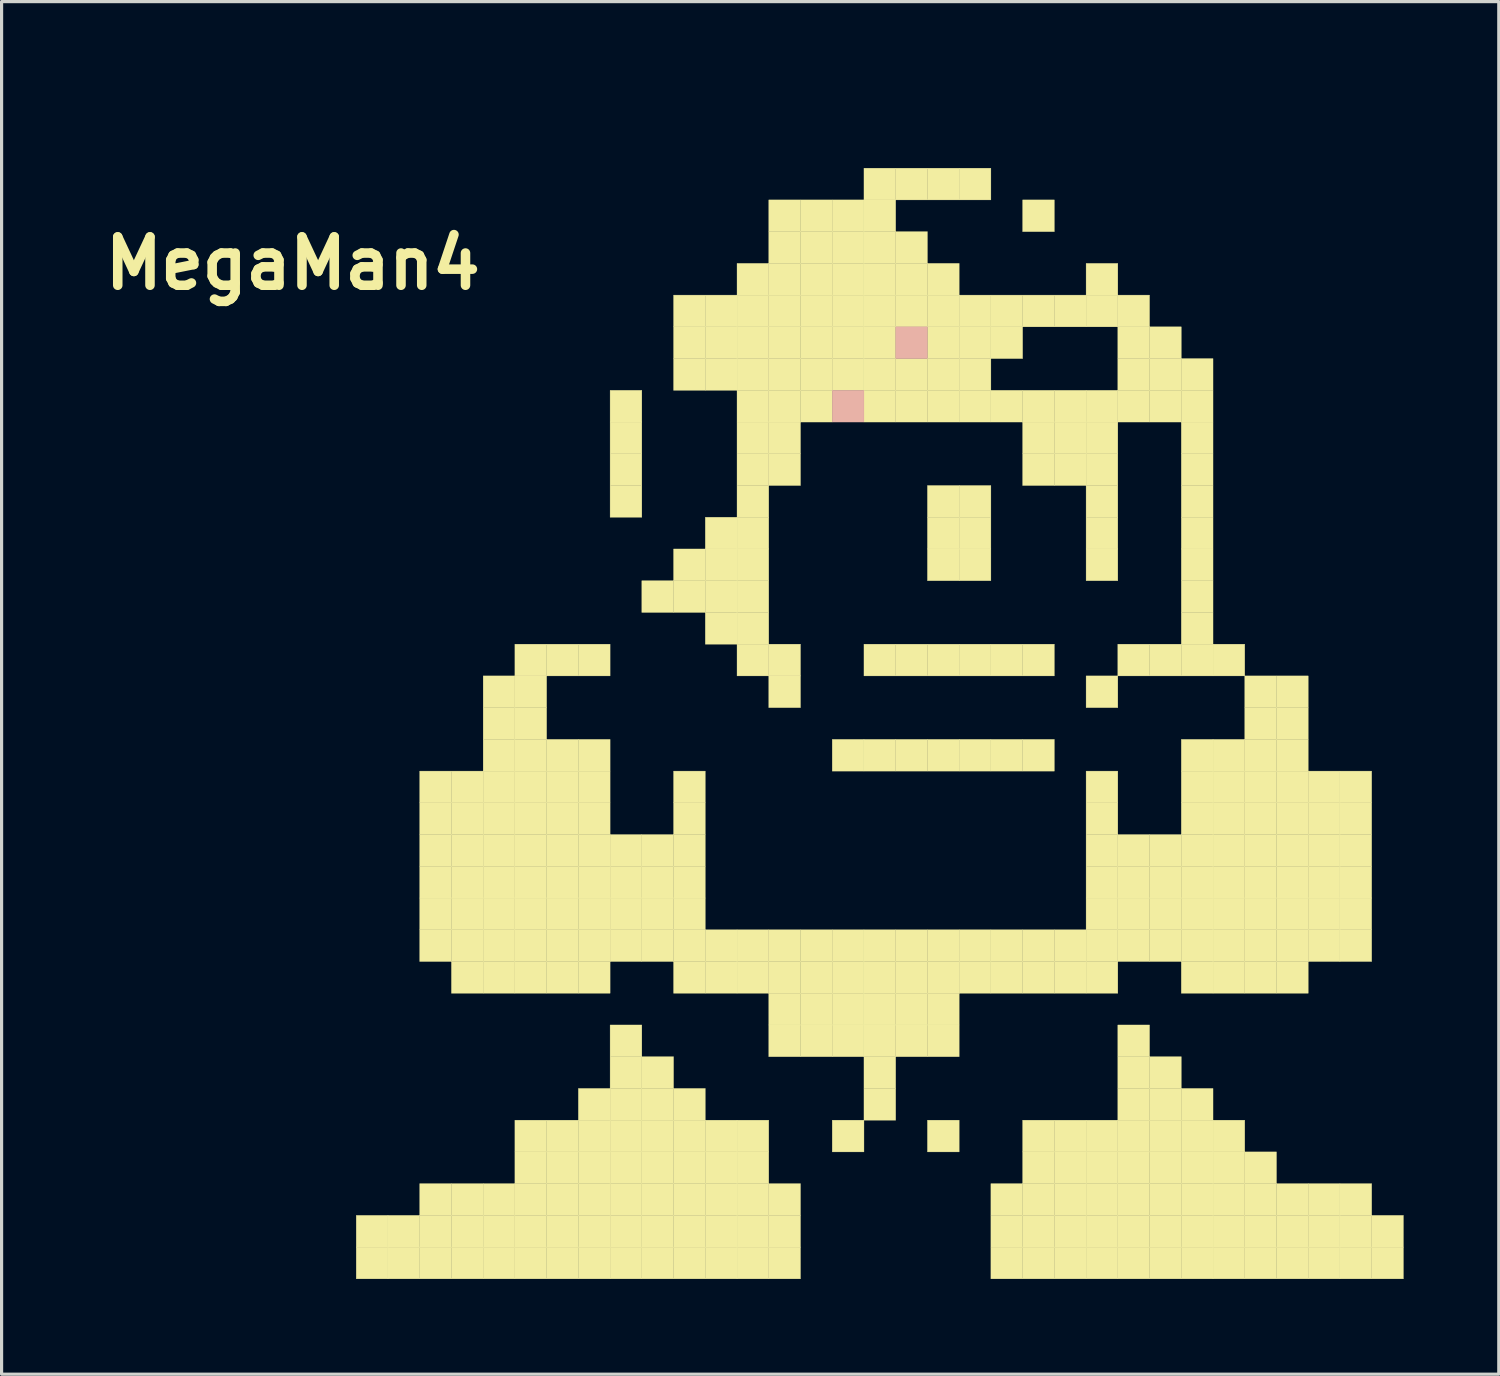
<source format=kicad_pcb>
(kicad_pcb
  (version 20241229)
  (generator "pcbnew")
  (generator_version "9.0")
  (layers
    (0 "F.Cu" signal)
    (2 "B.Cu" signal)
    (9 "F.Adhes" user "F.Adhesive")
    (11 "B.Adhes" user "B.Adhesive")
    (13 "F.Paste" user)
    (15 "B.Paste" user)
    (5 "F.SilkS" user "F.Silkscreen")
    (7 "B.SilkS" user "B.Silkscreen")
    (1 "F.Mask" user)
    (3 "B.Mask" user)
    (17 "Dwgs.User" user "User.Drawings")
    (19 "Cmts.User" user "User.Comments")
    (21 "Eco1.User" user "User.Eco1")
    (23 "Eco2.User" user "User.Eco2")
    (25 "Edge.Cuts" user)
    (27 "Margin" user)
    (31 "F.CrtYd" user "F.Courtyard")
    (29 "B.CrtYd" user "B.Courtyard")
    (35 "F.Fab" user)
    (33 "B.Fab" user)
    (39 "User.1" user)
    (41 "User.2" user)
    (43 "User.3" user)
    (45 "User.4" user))
  (footprint "MegaMan4"
    (layer "F.Cu")
    (at 6.176 0.25)
    (property "Reference" "MegaMan4" (at 0 5 0) (layer "F.SilkS") (effects (font (size 1.524 1.524) (thickness 0.3))))
    (fp_poly (pts (xy 2 35) (xy 3 35) (xy 3 36) (xy 2 36) (xy 2 35)) (stroke (width 0.01) (type solid)) (fill yes) (layer "F.SilkS"))
    (fp_poly (pts (xy 2 36) (xy 3 36) (xy 3 37) (xy 2 37) (xy 2 36)) (stroke (width 0.01) (type solid)) (fill yes) (layer "F.SilkS"))
    (fp_poly (pts (xy 3 35) (xy 4 35) (xy 4 36) (xy 3 36) (xy 3 35)) (stroke (width 0.01) (type solid)) (fill yes) (layer "F.SilkS"))
    (fp_poly (pts (xy 3 36) (xy 4 36) (xy 4 37) (xy 3 37) (xy 3 36)) (stroke (width 0.01) (type solid)) (fill yes) (layer "F.SilkS"))
    (fp_poly (pts (xy 4 21) (xy 5 21) (xy 5 22) (xy 4 22) (xy 4 21)) (stroke (width 0.01) (type solid)) (fill yes) (layer "F.SilkS"))
    (fp_poly (pts (xy 4 22) (xy 5 22) (xy 5 23) (xy 4 23) (xy 4 22)) (stroke (width 0.01) (type solid)) (fill yes) (layer "F.SilkS"))
    (fp_poly (pts (xy 4 23) (xy 5 23) (xy 5 24) (xy 4 24) (xy 4 23)) (stroke (width 0.01) (type solid)) (fill yes) (layer "F.SilkS"))
    (fp_poly (pts (xy 4 24) (xy 5 24) (xy 5 25) (xy 4 25) (xy 4 24)) (stroke (width 0.01) (type solid)) (fill yes) (layer "F.SilkS"))
    (fp_poly (pts (xy 4 25) (xy 5 25) (xy 5 26) (xy 4 26) (xy 4 25)) (stroke (width 0.01) (type solid)) (fill yes) (layer "F.SilkS"))
    (fp_poly (pts (xy 4 26) (xy 5 26) (xy 5 27) (xy 4 27) (xy 4 26)) (stroke (width 0.01) (type solid)) (fill yes) (layer "F.SilkS"))
    (fp_poly (pts (xy 4 34) (xy 5 34) (xy 5 35) (xy 4 35) (xy 4 34)) (stroke (width 0.01) (type solid)) (fill yes) (layer "F.SilkS"))
    (fp_poly (pts (xy 4 35) (xy 5 35) (xy 5 36) (xy 4 36) (xy 4 35)) (stroke (width 0.01) (type solid)) (fill yes) (layer "F.SilkS"))
    (fp_poly (pts (xy 4 36) (xy 5 36) (xy 5 37) (xy 4 37) (xy 4 36)) (stroke (width 0.01) (type solid)) (fill yes) (layer "F.SilkS"))
    (fp_poly (pts (xy 5 21) (xy 6 21) (xy 6 22) (xy 5 22) (xy 5 21)) (stroke (width 0.01) (type solid)) (fill yes) (layer "F.SilkS"))
    (fp_poly (pts (xy 5 22) (xy 6 22) (xy 6 23) (xy 5 23) (xy 5 22)) (stroke (width 0.01) (type solid)) (fill yes) (layer "F.SilkS"))
    (fp_poly (pts (xy 5 23) (xy 6 23) (xy 6 24) (xy 5 24) (xy 5 23)) (stroke (width 0.01) (type solid)) (fill yes) (layer "F.SilkS"))
    (fp_poly (pts (xy 5 24) (xy 6 24) (xy 6 25) (xy 5 25) (xy 5 24)) (stroke (width 0.01) (type solid)) (fill yes) (layer "F.SilkS"))
    (fp_poly (pts (xy 5 25) (xy 6 25) (xy 6 26) (xy 5 26) (xy 5 25)) (stroke (width 0.01) (type solid)) (fill yes) (layer "F.SilkS"))
    (fp_poly (pts (xy 5 26) (xy 6 26) (xy 6 27) (xy 5 27) (xy 5 26)) (stroke (width 0.01) (type solid)) (fill yes) (layer "F.SilkS"))
    (fp_poly (pts (xy 5 27) (xy 6 27) (xy 6 28) (xy 5 28) (xy 5 27)) (stroke (width 0.01) (type solid)) (fill yes) (layer "F.SilkS"))
    (fp_poly (pts (xy 5 34) (xy 6 34) (xy 6 35) (xy 5 35) (xy 5 34)) (stroke (width 0.01) (type solid)) (fill yes) (layer "F.SilkS"))
    (fp_poly (pts (xy 5 35) (xy 6 35) (xy 6 36) (xy 5 36) (xy 5 35)) (stroke (width 0.01) (type solid)) (fill yes) (layer "F.SilkS"))
    (fp_poly (pts (xy 5 36) (xy 6 36) (xy 6 37) (xy 5 37) (xy 5 36)) (stroke (width 0.01) (type solid)) (fill yes) (layer "F.SilkS"))
    (fp_poly (pts (xy 6 18) (xy 7 18) (xy 7 19) (xy 6 19) (xy 6 18)) (stroke (width 0.01) (type solid)) (fill yes) (layer "F.SilkS"))
    (fp_poly (pts (xy 6 19) (xy 7 19) (xy 7 20) (xy 6 20) (xy 6 19)) (stroke (width 0.01) (type solid)) (fill yes) (layer "F.SilkS"))
    (fp_poly (pts (xy 6 20) (xy 7 20) (xy 7 21) (xy 6 21) (xy 6 20)) (stroke (width 0.01) (type solid)) (fill yes) (layer "F.SilkS"))
    (fp_poly (pts (xy 6 21) (xy 7 21) (xy 7 22) (xy 6 22) (xy 6 21)) (stroke (width 0.01) (type solid)) (fill yes) (layer "F.SilkS"))
    (fp_poly (pts (xy 6 22) (xy 7 22) (xy 7 23) (xy 6 23) (xy 6 22)) (stroke (width 0.01) (type solid)) (fill yes) (layer "F.SilkS"))
    (fp_poly (pts (xy 6 23) (xy 7 23) (xy 7 24) (xy 6 24) (xy 6 23)) (stroke (width 0.01) (type solid)) (fill yes) (layer "F.SilkS"))
    (fp_poly (pts (xy 6 24) (xy 7 24) (xy 7 25) (xy 6 25) (xy 6 24)) (stroke (width 0.01) (type solid)) (fill yes) (layer "F.SilkS"))
    (fp_poly (pts (xy 6 25) (xy 7 25) (xy 7 26) (xy 6 26) (xy 6 25)) (stroke (width 0.01) (type solid)) (fill yes) (layer "F.SilkS"))
    (fp_poly (pts (xy 6 26) (xy 7 26) (xy 7 27) (xy 6 27) (xy 6 26)) (stroke (width 0.01) (type solid)) (fill yes) (layer "F.SilkS"))
    (fp_poly (pts (xy 6 27) (xy 7 27) (xy 7 28) (xy 6 28) (xy 6 27)) (stroke (width 0.01) (type solid)) (fill yes) (layer "F.SilkS"))
    (fp_poly (pts (xy 6 34) (xy 7 34) (xy 7 35) (xy 6 35) (xy 6 34)) (stroke (width 0.01) (type solid)) (fill yes) (layer "F.SilkS"))
    (fp_poly (pts (xy 6 35) (xy 7 35) (xy 7 36) (xy 6 36) (xy 6 35)) (stroke (width 0.01) (type solid)) (fill yes) (layer "F.SilkS"))
    (fp_poly (pts (xy 6 36) (xy 7 36) (xy 7 37) (xy 6 37) (xy 6 36)) (stroke (width 0.01) (type solid)) (fill yes) (layer "F.SilkS"))
    (fp_poly (pts (xy 7 17) (xy 8 17) (xy 8 18) (xy 7 18) (xy 7 17)) (stroke (width 0.01) (type solid)) (fill yes) (layer "F.SilkS"))
    (fp_poly (pts (xy 7 18) (xy 8 18) (xy 8 19) (xy 7 19) (xy 7 18)) (stroke (width 0.01) (type solid)) (fill yes) (layer "F.SilkS"))
    (fp_poly (pts (xy 7 19) (xy 8 19) (xy 8 20) (xy 7 20) (xy 7 19)) (stroke (width 0.01) (type solid)) (fill yes) (layer "F.SilkS"))
    (fp_poly (pts (xy 7 20) (xy 8 20) (xy 8 21) (xy 7 21) (xy 7 20)) (stroke (width 0.01) (type solid)) (fill yes) (layer "F.SilkS"))
    (fp_poly (pts (xy 7 21) (xy 8 21) (xy 8 22) (xy 7 22) (xy 7 21)) (stroke (width 0.01) (type solid)) (fill yes) (layer "F.SilkS"))
    (fp_poly (pts (xy 7 22) (xy 8 22) (xy 8 23) (xy 7 23) (xy 7 22)) (stroke (width 0.01) (type solid)) (fill yes) (layer "F.SilkS"))
    (fp_poly (pts (xy 7 23) (xy 8 23) (xy 8 24) (xy 7 24) (xy 7 23)) (stroke (width 0.01) (type solid)) (fill yes) (layer "F.SilkS"))
    (fp_poly (pts (xy 7 24) (xy 8 24) (xy 8 25) (xy 7 25) (xy 7 24)) (stroke (width 0.01) (type solid)) (fill yes) (layer "F.SilkS"))
    (fp_poly (pts (xy 7 25) (xy 8 25) (xy 8 26) (xy 7 26) (xy 7 25)) (stroke (width 0.01) (type solid)) (fill yes) (layer "F.SilkS"))
    (fp_poly (pts (xy 7 26) (xy 8 26) (xy 8 27) (xy 7 27) (xy 7 26)) (stroke (width 0.01) (type solid)) (fill yes) (layer "F.SilkS"))
    (fp_poly (pts (xy 7 27) (xy 8 27) (xy 8 28) (xy 7 28) (xy 7 27)) (stroke (width 0.01) (type solid)) (fill yes) (layer "F.SilkS"))
    (fp_poly (pts (xy 7 32) (xy 8 32) (xy 8 33) (xy 7 33) (xy 7 32)) (stroke (width 0.01) (type solid)) (fill yes) (layer "F.SilkS"))
    (fp_poly (pts (xy 7 33) (xy 8 33) (xy 8 34) (xy 7 34) (xy 7 33)) (stroke (width 0.01) (type solid)) (fill yes) (layer "F.SilkS"))
    (fp_poly (pts (xy 7 34) (xy 8 34) (xy 8 35) (xy 7 35) (xy 7 34)) (stroke (width 0.01) (type solid)) (fill yes) (layer "F.SilkS"))
    (fp_poly (pts (xy 7 35) (xy 8 35) (xy 8 36) (xy 7 36) (xy 7 35)) (stroke (width 0.01) (type solid)) (fill yes) (layer "F.SilkS"))
    (fp_poly (pts (xy 7 36) (xy 8 36) (xy 8 37) (xy 7 37) (xy 7 36)) (stroke (width 0.01) (type solid)) (fill yes) (layer "F.SilkS"))
    (fp_poly (pts (xy 8 17) (xy 9 17) (xy 9 18) (xy 8 18) (xy 8 17)) (stroke (width 0.01) (type solid)) (fill yes) (layer "F.SilkS"))
    (fp_poly (pts (xy 8 20) (xy 9 20) (xy 9 21) (xy 8 21) (xy 8 20)) (stroke (width 0.01) (type solid)) (fill yes) (layer "F.SilkS"))
    (fp_poly (pts (xy 8 21) (xy 9 21) (xy 9 22) (xy 8 22) (xy 8 21)) (stroke (width 0.01) (type solid)) (fill yes) (layer "F.SilkS"))
    (fp_poly (pts (xy 8 22) (xy 9 22) (xy 9 23) (xy 8 23) (xy 8 22)) (stroke (width 0.01) (type solid)) (fill yes) (layer "F.SilkS"))
    (fp_poly (pts (xy 8 23) (xy 9 23) (xy 9 24) (xy 8 24) (xy 8 23)) (stroke (width 0.01) (type solid)) (fill yes) (layer "F.SilkS"))
    (fp_poly (pts (xy 8 24) (xy 9 24) (xy 9 25) (xy 8 25) (xy 8 24)) (stroke (width 0.01) (type solid)) (fill yes) (layer "F.SilkS"))
    (fp_poly (pts (xy 8 25) (xy 9 25) (xy 9 26) (xy 8 26) (xy 8 25)) (stroke (width 0.01) (type solid)) (fill yes) (layer "F.SilkS"))
    (fp_poly (pts (xy 8 26) (xy 9 26) (xy 9 27) (xy 8 27) (xy 8 26)) (stroke (width 0.01) (type solid)) (fill yes) (layer "F.SilkS"))
    (fp_poly (pts (xy 8 27) (xy 9 27) (xy 9 28) (xy 8 28) (xy 8 27)) (stroke (width 0.01) (type solid)) (fill yes) (layer "F.SilkS"))
    (fp_poly (pts (xy 8 32) (xy 9 32) (xy 9 33) (xy 8 33) (xy 8 32)) (stroke (width 0.01) (type solid)) (fill yes) (layer "F.SilkS"))
    (fp_poly (pts (xy 8 33) (xy 9 33) (xy 9 34) (xy 8 34) (xy 8 33)) (stroke (width 0.01) (type solid)) (fill yes) (layer "F.SilkS"))
    (fp_poly (pts (xy 8 34) (xy 9 34) (xy 9 35) (xy 8 35) (xy 8 34)) (stroke (width 0.01) (type solid)) (fill yes) (layer "F.SilkS"))
    (fp_poly (pts (xy 8 35) (xy 9 35) (xy 9 36) (xy 8 36) (xy 8 35)) (stroke (width 0.01) (type solid)) (fill yes) (layer "F.SilkS"))
    (fp_poly (pts (xy 8 36) (xy 9 36) (xy 9 37) (xy 8 37) (xy 8 36)) (stroke (width 0.01) (type solid)) (fill yes) (layer "F.SilkS"))
    (fp_poly (pts (xy 9 17) (xy 10 17) (xy 10 18) (xy 9 18) (xy 9 17)) (stroke (width 0.01) (type solid)) (fill yes) (layer "F.SilkS"))
    (fp_poly (pts (xy 9 20) (xy 10 20) (xy 10 21) (xy 9 21) (xy 9 20)) (stroke (width 0.01) (type solid)) (fill yes) (layer "F.SilkS"))
    (fp_poly (pts (xy 9 21) (xy 10 21) (xy 10 22) (xy 9 22) (xy 9 21)) (stroke (width 0.01) (type solid)) (fill yes) (layer "F.SilkS"))
    (fp_poly (pts (xy 9 22) (xy 10 22) (xy 10 23) (xy 9 23) (xy 9 22)) (stroke (width 0.01) (type solid)) (fill yes) (layer "F.SilkS"))
    (fp_poly (pts (xy 9 23) (xy 10 23) (xy 10 24) (xy 9 24) (xy 9 23)) (stroke (width 0.01) (type solid)) (fill yes) (layer "F.SilkS"))
    (fp_poly (pts (xy 9 24) (xy 10 24) (xy 10 25) (xy 9 25) (xy 9 24)) (stroke (width 0.01) (type solid)) (fill yes) (layer "F.SilkS"))
    (fp_poly (pts (xy 9 25) (xy 10 25) (xy 10 26) (xy 9 26) (xy 9 25)) (stroke (width 0.01) (type solid)) (fill yes) (layer "F.SilkS"))
    (fp_poly (pts (xy 9 26) (xy 10 26) (xy 10 27) (xy 9 27) (xy 9 26)) (stroke (width 0.01) (type solid)) (fill yes) (layer "F.SilkS"))
    (fp_poly (pts (xy 9 27) (xy 10 27) (xy 10 28) (xy 9 28) (xy 9 27)) (stroke (width 0.01) (type solid)) (fill yes) (layer "F.SilkS"))
    (fp_poly (pts (xy 9 31) (xy 10 31) (xy 10 32) (xy 9 32) (xy 9 31)) (stroke (width 0.01) (type solid)) (fill yes) (layer "F.SilkS"))
    (fp_poly (pts (xy 9 32) (xy 10 32) (xy 10 33) (xy 9 33) (xy 9 32)) (stroke (width 0.01) (type solid)) (fill yes) (layer "F.SilkS"))
    (fp_poly (pts (xy 9 33) (xy 10 33) (xy 10 34) (xy 9 34) (xy 9 33)) (stroke (width 0.01) (type solid)) (fill yes) (layer "F.SilkS"))
    (fp_poly (pts (xy 9 34) (xy 10 34) (xy 10 35) (xy 9 35) (xy 9 34)) (stroke (width 0.01) (type solid)) (fill yes) (layer "F.SilkS"))
    (fp_poly (pts (xy 9 35) (xy 10 35) (xy 10 36) (xy 9 36) (xy 9 35)) (stroke (width 0.01) (type solid)) (fill yes) (layer "F.SilkS"))
    (fp_poly (pts (xy 9 36) (xy 10 36) (xy 10 37) (xy 9 37) (xy 9 36)) (stroke (width 0.01) (type solid)) (fill yes) (layer "F.SilkS"))
    (fp_poly (pts (xy 10 9) (xy 11 9) (xy 11 10) (xy 10 10) (xy 10 9)) (stroke (width 0.01) (type solid)) (fill yes) (layer "F.SilkS"))
    (fp_poly (pts (xy 10 10) (xy 11 10) (xy 11 11) (xy 10 11) (xy 10 10)) (stroke (width 0.01) (type solid)) (fill yes) (layer "F.SilkS"))
    (fp_poly (pts (xy 10 11) (xy 11 11) (xy 11 12) (xy 10 12) (xy 10 11)) (stroke (width 0.01) (type solid)) (fill yes) (layer "F.SilkS"))
    (fp_poly (pts (xy 10 12) (xy 11 12) (xy 11 13) (xy 10 13) (xy 10 12)) (stroke (width 0.01) (type solid)) (fill yes) (layer "F.SilkS"))
    (fp_poly (pts (xy 10 23) (xy 11 23) (xy 11 24) (xy 10 24) (xy 10 23)) (stroke (width 0.01) (type solid)) (fill yes) (layer "F.SilkS"))
    (fp_poly (pts (xy 10 24) (xy 11 24) (xy 11 25) (xy 10 25) (xy 10 24)) (stroke (width 0.01) (type solid)) (fill yes) (layer "F.SilkS"))
    (fp_poly (pts (xy 10 25) (xy 11 25) (xy 11 26) (xy 10 26) (xy 10 25)) (stroke (width 0.01) (type solid)) (fill yes) (layer "F.SilkS"))
    (fp_poly (pts (xy 10 26) (xy 11 26) (xy 11 27) (xy 10 27) (xy 10 26)) (stroke (width 0.01) (type solid)) (fill yes) (layer "F.SilkS"))
    (fp_poly (pts (xy 10 29) (xy 11 29) (xy 11 30) (xy 10 30) (xy 10 29)) (stroke (width 0.01) (type solid)) (fill yes) (layer "F.SilkS"))
    (fp_poly (pts (xy 10 30) (xy 11 30) (xy 11 31) (xy 10 31) (xy 10 30)) (stroke (width 0.01) (type solid)) (fill yes) (layer "F.SilkS"))
    (fp_poly (pts (xy 10 31) (xy 11 31) (xy 11 32) (xy 10 32) (xy 10 31)) (stroke (width 0.01) (type solid)) (fill yes) (layer "F.SilkS"))
    (fp_poly (pts (xy 10 32) (xy 11 32) (xy 11 33) (xy 10 33) (xy 10 32)) (stroke (width 0.01) (type solid)) (fill yes) (layer "F.SilkS"))
    (fp_poly (pts (xy 10 33) (xy 11 33) (xy 11 34) (xy 10 34) (xy 10 33)) (stroke (width 0.01) (type solid)) (fill yes) (layer "F.SilkS"))
    (fp_poly (pts (xy 10 34) (xy 11 34) (xy 11 35) (xy 10 35) (xy 10 34)) (stroke (width 0.01) (type solid)) (fill yes) (layer "F.SilkS"))
    (fp_poly (pts (xy 10 35) (xy 11 35) (xy 11 36) (xy 10 36) (xy 10 35)) (stroke (width 0.01) (type solid)) (fill yes) (layer "F.SilkS"))
    (fp_poly (pts (xy 10 36) (xy 11 36) (xy 11 37) (xy 10 37) (xy 10 36)) (stroke (width 0.01) (type solid)) (fill yes) (layer "F.SilkS"))
    (fp_poly (pts (xy 11 15) (xy 12 15) (xy 12 16) (xy 11 16) (xy 11 15)) (stroke (width 0.01) (type solid)) (fill yes) (layer "F.SilkS"))
    (fp_poly (pts (xy 11 23) (xy 12 23) (xy 12 24) (xy 11 24) (xy 11 23)) (stroke (width 0.01) (type solid)) (fill yes) (layer "F.SilkS"))
    (fp_poly (pts (xy 11 24) (xy 12 24) (xy 12 25) (xy 11 25) (xy 11 24)) (stroke (width 0.01) (type solid)) (fill yes) (layer "F.SilkS"))
    (fp_poly (pts (xy 11 25) (xy 12 25) (xy 12 26) (xy 11 26) (xy 11 25)) (stroke (width 0.01) (type solid)) (fill yes) (layer "F.SilkS"))
    (fp_poly (pts (xy 11 26) (xy 12 26) (xy 12 27) (xy 11 27) (xy 11 26)) (stroke (width 0.01) (type solid)) (fill yes) (layer "F.SilkS"))
    (fp_poly (pts (xy 11 30) (xy 12 30) (xy 12 31) (xy 11 31) (xy 11 30)) (stroke (width 0.01) (type solid)) (fill yes) (layer "F.SilkS"))
    (fp_poly (pts (xy 11 31) (xy 12 31) (xy 12 32) (xy 11 32) (xy 11 31)) (stroke (width 0.01) (type solid)) (fill yes) (layer "F.SilkS"))
    (fp_poly (pts (xy 11 32) (xy 12 32) (xy 12 33) (xy 11 33) (xy 11 32)) (stroke (width 0.01) (type solid)) (fill yes) (layer "F.SilkS"))
    (fp_poly (pts (xy 11 33) (xy 12 33) (xy 12 34) (xy 11 34) (xy 11 33)) (stroke (width 0.01) (type solid)) (fill yes) (layer "F.SilkS"))
    (fp_poly (pts (xy 11 34) (xy 12 34) (xy 12 35) (xy 11 35) (xy 11 34)) (stroke (width 0.01) (type solid)) (fill yes) (layer "F.SilkS"))
    (fp_poly (pts (xy 11 35) (xy 12 35) (xy 12 36) (xy 11 36) (xy 11 35)) (stroke (width 0.01) (type solid)) (fill yes) (layer "F.SilkS"))
    (fp_poly (pts (xy 11 36) (xy 12 36) (xy 12 37) (xy 11 37) (xy 11 36)) (stroke (width 0.01) (type solid)) (fill yes) (layer "F.SilkS"))
    (fp_poly (pts (xy 12 6) (xy 13 6) (xy 13 7) (xy 12 7) (xy 12 6)) (stroke (width 0.01) (type solid)) (fill yes) (layer "F.SilkS"))
    (fp_poly (pts (xy 12 7) (xy 13 7) (xy 13 8) (xy 12 8) (xy 12 7)) (stroke (width 0.01) (type solid)) (fill yes) (layer "F.SilkS"))
    (fp_poly (pts (xy 12 8) (xy 13 8) (xy 13 9) (xy 12 9) (xy 12 8)) (stroke (width 0.01) (type solid)) (fill yes) (layer "F.SilkS"))
    (fp_poly (pts (xy 12 14) (xy 13 14) (xy 13 15) (xy 12 15) (xy 12 14)) (stroke (width 0.01) (type solid)) (fill yes) (layer "F.SilkS"))
    (fp_poly (pts (xy 12 15) (xy 13 15) (xy 13 16) (xy 12 16) (xy 12 15)) (stroke (width 0.01) (type solid)) (fill yes) (layer "F.SilkS"))
    (fp_poly (pts (xy 12 21) (xy 13 21) (xy 13 22) (xy 12 22) (xy 12 21)) (stroke (width 0.01) (type solid)) (fill yes) (layer "F.SilkS"))
    (fp_poly (pts (xy 12 22) (xy 13 22) (xy 13 23) (xy 12 23) (xy 12 22)) (stroke (width 0.01) (type solid)) (fill yes) (layer "F.SilkS"))
    (fp_poly (pts (xy 12 23) (xy 13 23) (xy 13 24) (xy 12 24) (xy 12 23)) (stroke (width 0.01) (type solid)) (fill yes) (layer "F.SilkS"))
    (fp_poly (pts (xy 12 24) (xy 13 24) (xy 13 25) (xy 12 25) (xy 12 24)) (stroke (width 0.01) (type solid)) (fill yes) (layer "F.SilkS"))
    (fp_poly (pts (xy 12 25) (xy 13 25) (xy 13 26) (xy 12 26) (xy 12 25)) (stroke (width 0.01) (type solid)) (fill yes) (layer "F.SilkS"))
    (fp_poly (pts (xy 12 26) (xy 13 26) (xy 13 27) (xy 12 27) (xy 12 26)) (stroke (width 0.01) (type solid)) (fill yes) (layer "F.SilkS"))
    (fp_poly (pts (xy 12 27) (xy 13 27) (xy 13 28) (xy 12 28) (xy 12 27)) (stroke (width 0.01) (type solid)) (fill yes) (layer "F.SilkS"))
    (fp_poly (pts (xy 12 31) (xy 13 31) (xy 13 32) (xy 12 32) (xy 12 31)) (stroke (width 0.01) (type solid)) (fill yes) (layer "F.SilkS"))
    (fp_poly (pts (xy 12 32) (xy 13 32) (xy 13 33) (xy 12 33) (xy 12 32)) (stroke (width 0.01) (type solid)) (fill yes) (layer "F.SilkS"))
    (fp_poly (pts (xy 12 33) (xy 13 33) (xy 13 34) (xy 12 34) (xy 12 33)) (stroke (width 0.01) (type solid)) (fill yes) (layer "F.SilkS"))
    (fp_poly (pts (xy 12 34) (xy 13 34) (xy 13 35) (xy 12 35) (xy 12 34)) (stroke (width 0.01) (type solid)) (fill yes) (layer "F.SilkS"))
    (fp_poly (pts (xy 12 35) (xy 13 35) (xy 13 36) (xy 12 36) (xy 12 35)) (stroke (width 0.01) (type solid)) (fill yes) (layer "F.SilkS"))
    (fp_poly (pts (xy 12 36) (xy 13 36) (xy 13 37) (xy 12 37) (xy 12 36)) (stroke (width 0.01) (type solid)) (fill yes) (layer "F.SilkS"))
    (fp_poly (pts (xy 13 6) (xy 14 6) (xy 14 7) (xy 13 7) (xy 13 6)) (stroke (width 0.01) (type solid)) (fill yes) (layer "F.SilkS"))
    (fp_poly (pts (xy 13 7) (xy 14 7) (xy 14 8) (xy 13 8) (xy 13 7)) (stroke (width 0.01) (type solid)) (fill yes) (layer "F.SilkS"))
    (fp_poly (pts (xy 13 8) (xy 14 8) (xy 14 9) (xy 13 9) (xy 13 8)) (stroke (width 0.01) (type solid)) (fill yes) (layer "F.SilkS"))
    (fp_poly (pts (xy 13 13) (xy 14 13) (xy 14 14) (xy 13 14) (xy 13 13)) (stroke (width 0.01) (type solid)) (fill yes) (layer "F.SilkS"))
    (fp_poly (pts (xy 13 14) (xy 14 14) (xy 14 15) (xy 13 15) (xy 13 14)) (stroke (width 0.01) (type solid)) (fill yes) (layer "F.SilkS"))
    (fp_poly (pts (xy 13 15) (xy 14 15) (xy 14 16) (xy 13 16) (xy 13 15)) (stroke (width 0.01) (type solid)) (fill yes) (layer "F.SilkS"))
    (fp_poly (pts (xy 13 16) (xy 14 16) (xy 14 17) (xy 13 17) (xy 13 16)) (stroke (width 0.01) (type solid)) (fill yes) (layer "F.SilkS"))
    (fp_poly (pts (xy 13 26) (xy 14 26) (xy 14 27) (xy 13 27) (xy 13 26)) (stroke (width 0.01) (type solid)) (fill yes) (layer "F.SilkS"))
    (fp_poly (pts (xy 13 27) (xy 14 27) (xy 14 28) (xy 13 28) (xy 13 27)) (stroke (width 0.01) (type solid)) (fill yes) (layer "F.SilkS"))
    (fp_poly (pts (xy 13 32) (xy 14 32) (xy 14 33) (xy 13 33) (xy 13 32)) (stroke (width 0.01) (type solid)) (fill yes) (layer "F.SilkS"))
    (fp_poly (pts (xy 13 33) (xy 14 33) (xy 14 34) (xy 13 34) (xy 13 33)) (stroke (width 0.01) (type solid)) (fill yes) (layer "F.SilkS"))
    (fp_poly (pts (xy 13 34) (xy 14 34) (xy 14 35) (xy 13 35) (xy 13 34)) (stroke (width 0.01) (type solid)) (fill yes) (layer "F.SilkS"))
    (fp_poly (pts (xy 13 35) (xy 14 35) (xy 14 36) (xy 13 36) (xy 13 35)) (stroke (width 0.01) (type solid)) (fill yes) (layer "F.SilkS"))
    (fp_poly (pts (xy 13 36) (xy 14 36) (xy 14 37) (xy 13 37) (xy 13 36)) (stroke (width 0.01) (type solid)) (fill yes) (layer "F.SilkS"))
    (fp_poly (pts (xy 14 5) (xy 15 5) (xy 15 6) (xy 14 6) (xy 14 5)) (stroke (width 0.01) (type solid)) (fill yes) (layer "F.SilkS"))
    (fp_poly (pts (xy 14 6) (xy 15 6) (xy 15 7) (xy 14 7) (xy 14 6)) (stroke (width 0.01) (type solid)) (fill yes) (layer "F.SilkS"))
    (fp_poly (pts (xy 14 7) (xy 15 7) (xy 15 8) (xy 14 8) (xy 14 7)) (stroke (width 0.01) (type solid)) (fill yes) (layer "F.SilkS"))
    (fp_poly (pts (xy 14 8) (xy 15 8) (xy 15 9) (xy 14 9) (xy 14 8)) (stroke (width 0.01) (type solid)) (fill yes) (layer "F.SilkS"))
    (fp_poly (pts (xy 14 9) (xy 15 9) (xy 15 10) (xy 14 10) (xy 14 9)) (stroke (width 0.01) (type solid)) (fill yes) (layer "F.SilkS"))
    (fp_poly (pts (xy 14 10) (xy 15 10) (xy 15 11) (xy 14 11) (xy 14 10)) (stroke (width 0.01) (type solid)) (fill yes) (layer "F.SilkS"))
    (fp_poly (pts (xy 14 11) (xy 15 11) (xy 15 12) (xy 14 12) (xy 14 11)) (stroke (width 0.01) (type solid)) (fill yes) (layer "F.SilkS"))
    (fp_poly (pts (xy 14 12) (xy 15 12) (xy 15 13) (xy 14 13) (xy 14 12)) (stroke (width 0.01) (type solid)) (fill yes) (layer "F.SilkS"))
    (fp_poly (pts (xy 14 13) (xy 15 13) (xy 15 14) (xy 14 14) (xy 14 13)) (stroke (width 0.01) (type solid)) (fill yes) (layer "F.SilkS"))
    (fp_poly (pts (xy 14 14) (xy 15 14) (xy 15 15) (xy 14 15) (xy 14 14)) (stroke (width 0.01) (type solid)) (fill yes) (layer "F.SilkS"))
    (fp_poly (pts (xy 14 15) (xy 15 15) (xy 15 16) (xy 14 16) (xy 14 15)) (stroke (width 0.01) (type solid)) (fill yes) (layer "F.SilkS"))
    (fp_poly (pts (xy 14 16) (xy 15 16) (xy 15 17) (xy 14 17) (xy 14 16)) (stroke (width 0.01) (type solid)) (fill yes) (layer "F.SilkS"))
    (fp_poly (pts (xy 14 17) (xy 15 17) (xy 15 18) (xy 14 18) (xy 14 17)) (stroke (width 0.01) (type solid)) (fill yes) (layer "F.SilkS"))
    (fp_poly (pts (xy 14 26) (xy 15 26) (xy 15 27) (xy 14 27) (xy 14 26)) (stroke (width 0.01) (type solid)) (fill yes) (layer "F.SilkS"))
    (fp_poly (pts (xy 14 27) (xy 15 27) (xy 15 28) (xy 14 28) (xy 14 27)) (stroke (width 0.01) (type solid)) (fill yes) (layer "F.SilkS"))
    (fp_poly (pts (xy 14 32) (xy 15 32) (xy 15 33) (xy 14 33) (xy 14 32)) (stroke (width 0.01) (type solid)) (fill yes) (layer "F.SilkS"))
    (fp_poly (pts (xy 14 33) (xy 15 33) (xy 15 34) (xy 14 34) (xy 14 33)) (stroke (width 0.01) (type solid)) (fill yes) (layer "F.SilkS"))
    (fp_poly (pts (xy 14 34) (xy 15 34) (xy 15 35) (xy 14 35) (xy 14 34)) (stroke (width 0.01) (type solid)) (fill yes) (layer "F.SilkS"))
    (fp_poly (pts (xy 14 35) (xy 15 35) (xy 15 36) (xy 14 36) (xy 14 35)) (stroke (width 0.01) (type solid)) (fill yes) (layer "F.SilkS"))
    (fp_poly (pts (xy 14 36) (xy 15 36) (xy 15 37) (xy 14 37) (xy 14 36)) (stroke (width 0.01) (type solid)) (fill yes) (layer "F.SilkS"))
    (fp_poly (pts (xy 15 3) (xy 16 3) (xy 16 4) (xy 15 4) (xy 15 3)) (stroke (width 0.01) (type solid)) (fill yes) (layer "F.SilkS"))
    (fp_poly (pts (xy 15 4) (xy 16 4) (xy 16 5) (xy 15 5) (xy 15 4)) (stroke (width 0.01) (type solid)) (fill yes) (layer "F.SilkS"))
    (fp_poly (pts (xy 15 5) (xy 16 5) (xy 16 6) (xy 15 6) (xy 15 5)) (stroke (width 0.01) (type solid)) (fill yes) (layer "F.SilkS"))
    (fp_poly (pts (xy 15 6) (xy 16 6) (xy 16 7) (xy 15 7) (xy 15 6)) (stroke (width 0.01) (type solid)) (fill yes) (layer "F.SilkS"))
    (fp_poly (pts (xy 15 7) (xy 16 7) (xy 16 8) (xy 15 8) (xy 15 7)) (stroke (width 0.01) (type solid)) (fill yes) (layer "F.SilkS"))
    (fp_poly (pts (xy 15 8) (xy 16 8) (xy 16 9) (xy 15 9) (xy 15 8)) (stroke (width 0.01) (type solid)) (fill yes) (layer "F.SilkS"))
    (fp_poly (pts (xy 15 9) (xy 16 9) (xy 16 10) (xy 15 10) (xy 15 9)) (stroke (width 0.01) (type solid)) (fill yes) (layer "F.SilkS"))
    (fp_poly (pts (xy 15 10) (xy 16 10) (xy 16 11) (xy 15 11) (xy 15 10)) (stroke (width 0.01) (type solid)) (fill yes) (layer "F.SilkS"))
    (fp_poly (pts (xy 15 11) (xy 16 11) (xy 16 12) (xy 15 12) (xy 15 11)) (stroke (width 0.01) (type solid)) (fill yes) (layer "F.SilkS"))
    (fp_poly (pts (xy 15 17) (xy 16 17) (xy 16 18) (xy 15 18) (xy 15 17)) (stroke (width 0.01) (type solid)) (fill yes) (layer "F.SilkS"))
    (fp_poly (pts (xy 15 18) (xy 16 18) (xy 16 19) (xy 15 19) (xy 15 18)) (stroke (width 0.01) (type solid)) (fill yes) (layer "F.SilkS"))
    (fp_poly (pts (xy 15 26) (xy 16 26) (xy 16 27) (xy 15 27) (xy 15 26)) (stroke (width 0.01) (type solid)) (fill yes) (layer "F.SilkS"))
    (fp_poly (pts (xy 15 27) (xy 16 27) (xy 16 28) (xy 15 28) (xy 15 27)) (stroke (width 0.01) (type solid)) (fill yes) (layer "F.SilkS"))
    (fp_poly (pts (xy 15 28) (xy 16 28) (xy 16 29) (xy 15 29) (xy 15 28)) (stroke (width 0.01) (type solid)) (fill yes) (layer "F.SilkS"))
    (fp_poly (pts (xy 15 29) (xy 16 29) (xy 16 30) (xy 15 30) (xy 15 29)) (stroke (width 0.01) (type solid)) (fill yes) (layer "F.SilkS"))
    (fp_poly (pts (xy 15 34) (xy 16 34) (xy 16 35) (xy 15 35) (xy 15 34)) (stroke (width 0.01) (type solid)) (fill yes) (layer "F.SilkS"))
    (fp_poly (pts (xy 15 35) (xy 16 35) (xy 16 36) (xy 15 36) (xy 15 35)) (stroke (width 0.01) (type solid)) (fill yes) (layer "F.SilkS"))
    (fp_poly (pts (xy 15 36) (xy 16 36) (xy 16 37) (xy 15 37) (xy 15 36)) (stroke (width 0.01) (type solid)) (fill yes) (layer "F.SilkS"))
    (fp_poly (pts (xy 16 3) (xy 17 3) (xy 17 4) (xy 16 4) (xy 16 3)) (stroke (width 0.01) (type solid)) (fill yes) (layer "F.SilkS"))
    (fp_poly (pts (xy 16 4) (xy 17 4) (xy 17 5) (xy 16 5) (xy 16 4)) (stroke (width 0.01) (type solid)) (fill yes) (layer "F.SilkS"))
    (fp_poly (pts (xy 16 5) (xy 17 5) (xy 17 6) (xy 16 6) (xy 16 5)) (stroke (width 0.01) (type solid)) (fill yes) (layer "F.SilkS"))
    (fp_poly (pts (xy 16 6) (xy 17 6) (xy 17 7) (xy 16 7) (xy 16 6)) (stroke (width 0.01) (type solid)) (fill yes) (layer "F.SilkS"))
    (fp_poly (pts (xy 16 7) (xy 17 7) (xy 17 8) (xy 16 8) (xy 16 7)) (stroke (width 0.01) (type solid)) (fill yes) (layer "F.SilkS"))
    (fp_poly (pts (xy 16 8) (xy 17 8) (xy 17 9) (xy 16 9) (xy 16 8)) (stroke (width 0.01) (type solid)) (fill yes) (layer "F.SilkS"))
    (fp_poly (pts (xy 16 9) (xy 17 9) (xy 17 10) (xy 16 10) (xy 16 9)) (stroke (width 0.01) (type solid)) (fill yes) (layer "F.SilkS"))
    (fp_poly (pts (xy 16 26) (xy 17 26) (xy 17 27) (xy 16 27) (xy 16 26)) (stroke (width 0.01) (type solid)) (fill yes) (layer "F.SilkS"))
    (fp_poly (pts (xy 16 27) (xy 17 27) (xy 17 28) (xy 16 28) (xy 16 27)) (stroke (width 0.01) (type solid)) (fill yes) (layer "F.SilkS"))
    (fp_poly (pts (xy 16 28) (xy 17 28) (xy 17 29) (xy 16 29) (xy 16 28)) (stroke (width 0.01) (type solid)) (fill yes) (layer "F.SilkS"))
    (fp_poly (pts (xy 16 29) (xy 17 29) (xy 17 30) (xy 16 30) (xy 16 29)) (stroke (width 0.01) (type solid)) (fill yes) (layer "F.SilkS"))
    (fp_poly (pts (xy 17 3) (xy 18 3) (xy 18 4) (xy 17 4) (xy 17 3)) (stroke (width 0.01) (type solid)) (fill yes) (layer "F.SilkS"))
    (fp_poly (pts (xy 17 4) (xy 18 4) (xy 18 5) (xy 17 5) (xy 17 4)) (stroke (width 0.01) (type solid)) (fill yes) (layer "F.SilkS"))
    (fp_poly (pts (xy 17 5) (xy 18 5) (xy 18 6) (xy 17 6) (xy 17 5)) (stroke (width 0.01) (type solid)) (fill yes) (layer "F.SilkS"))
    (fp_poly (pts (xy 17 6) (xy 18 6) (xy 18 7) (xy 17 7) (xy 17 6)) (stroke (width 0.01) (type solid)) (fill yes) (layer "F.SilkS"))
    (fp_poly (pts (xy 17 7) (xy 18 7) (xy 18 8) (xy 17 8) (xy 17 7)) (stroke (width 0.01) (type solid)) (fill yes) (layer "F.SilkS"))
    (fp_poly (pts (xy 17 8) (xy 18 8) (xy 18 9) (xy 17 9) (xy 17 8)) (stroke (width 0.01) (type solid)) (fill yes) (layer "F.SilkS"))
    (fp_poly (pts (xy 17 20) (xy 18 20) (xy 18 21) (xy 17 21) (xy 17 20)) (stroke (width 0.01) (type solid)) (fill yes) (layer "F.SilkS"))
    (fp_poly (pts (xy 17 26) (xy 18 26) (xy 18 27) (xy 17 27) (xy 17 26)) (stroke (width 0.01) (type solid)) (fill yes) (layer "F.SilkS"))
    (fp_poly (pts (xy 17 27) (xy 18 27) (xy 18 28) (xy 17 28) (xy 17 27)) (stroke (width 0.01) (type solid)) (fill yes) (layer "F.SilkS"))
    (fp_poly (pts (xy 17 28) (xy 18 28) (xy 18 29) (xy 17 29) (xy 17 28)) (stroke (width 0.01) (type solid)) (fill yes) (layer "F.SilkS"))
    (fp_poly (pts (xy 17 29) (xy 18 29) (xy 18 30) (xy 17 30) (xy 17 29)) (stroke (width 0.01) (type solid)) (fill yes) (layer "F.SilkS"))
    (fp_poly (pts (xy 17 32) (xy 18 32) (xy 18 33) (xy 17 33) (xy 17 32)) (stroke (width 0.01) (type solid)) (fill yes) (layer "F.SilkS"))
    (fp_poly (pts (xy 18 2) (xy 19 2) (xy 19 3) (xy 18 3) (xy 18 2)) (stroke (width 0.01) (type solid)) (fill yes) (layer "F.SilkS"))
    (fp_poly (pts (xy 18 3) (xy 19 3) (xy 19 4) (xy 18 4) (xy 18 3)) (stroke (width 0.01) (type solid)) (fill yes) (layer "F.SilkS"))
    (fp_poly (pts (xy 18 4) (xy 19 4) (xy 19 5) (xy 18 5) (xy 18 4)) (stroke (width 0.01) (type solid)) (fill yes) (layer "F.SilkS"))
    (fp_poly (pts (xy 18 5) (xy 19 5) (xy 19 6) (xy 18 6) (xy 18 5)) (stroke (width 0.01) (type solid)) (fill yes) (layer "F.SilkS"))
    (fp_poly (pts (xy 18 6) (xy 19 6) (xy 19 7) (xy 18 7) (xy 18 6)) (stroke (width 0.01) (type solid)) (fill yes) (layer "F.SilkS"))
    (fp_poly (pts (xy 18 7) (xy 19 7) (xy 19 8) (xy 18 8) (xy 18 7)) (stroke (width 0.01) (type solid)) (fill yes) (layer "F.SilkS"))
    (fp_poly (pts (xy 18 8) (xy 19 8) (xy 19 9) (xy 18 9) (xy 18 8)) (stroke (width 0.01) (type solid)) (fill yes) (layer "F.SilkS"))
    (fp_poly (pts (xy 18 9) (xy 19 9) (xy 19 10) (xy 18 10) (xy 18 9)) (stroke (width 0.01) (type solid)) (fill yes) (layer "F.SilkS"))
    (fp_poly (pts (xy 18 17) (xy 19 17) (xy 19 18) (xy 18 18) (xy 18 17)) (stroke (width 0.01) (type solid)) (fill yes) (layer "F.SilkS"))
    (fp_poly (pts (xy 18 20) (xy 19 20) (xy 19 21) (xy 18 21) (xy 18 20)) (stroke (width 0.01) (type solid)) (fill yes) (layer "F.SilkS"))
    (fp_poly (pts (xy 18 26) (xy 19 26) (xy 19 27) (xy 18 27) (xy 18 26)) (stroke (width 0.01) (type solid)) (fill yes) (layer "F.SilkS"))
    (fp_poly (pts (xy 18 27) (xy 19 27) (xy 19 28) (xy 18 28) (xy 18 27)) (stroke (width 0.01) (type solid)) (fill yes) (layer "F.SilkS"))
    (fp_poly (pts (xy 18 28) (xy 19 28) (xy 19 29) (xy 18 29) (xy 18 28)) (stroke (width 0.01) (type solid)) (fill yes) (layer "F.SilkS"))
    (fp_poly (pts (xy 18 29) (xy 19 29) (xy 19 30) (xy 18 30) (xy 18 29)) (stroke (width 0.01) (type solid)) (fill yes) (layer "F.SilkS"))
    (fp_poly (pts (xy 18 30) (xy 19 30) (xy 19 31) (xy 18 31) (xy 18 30)) (stroke (width 0.01) (type solid)) (fill yes) (layer "F.SilkS"))
    (fp_poly (pts (xy 18 31) (xy 19 31) (xy 19 32) (xy 18 32) (xy 18 31)) (stroke (width 0.01) (type solid)) (fill yes) (layer "F.SilkS"))
    (fp_poly (pts (xy 19 2) (xy 20 2) (xy 20 3) (xy 19 3) (xy 19 2)) (stroke (width 0.01) (type solid)) (fill yes) (layer "F.SilkS"))
    (fp_poly (pts (xy 19 4) (xy 20 4) (xy 20 5) (xy 19 5) (xy 19 4)) (stroke (width 0.01) (type solid)) (fill yes) (layer "F.SilkS"))
    (fp_poly (pts (xy 19 5) (xy 20 5) (xy 20 6) (xy 19 6) (xy 19 5)) (stroke (width 0.01) (type solid)) (fill yes) (layer "F.SilkS"))
    (fp_poly (pts (xy 19 6) (xy 20 6) (xy 20 7) (xy 19 7) (xy 19 6)) (stroke (width 0.01) (type solid)) (fill yes) (layer "F.SilkS"))
    (fp_poly (pts (xy 19 8) (xy 20 8) (xy 20 9) (xy 19 9) (xy 19 8)) (stroke (width 0.01) (type solid)) (fill yes) (layer "F.SilkS"))
    (fp_poly (pts (xy 19 9) (xy 20 9) (xy 20 10) (xy 19 10) (xy 19 9)) (stroke (width 0.01) (type solid)) (fill yes) (layer "F.SilkS"))
    (fp_poly (pts (xy 19 17) (xy 20 17) (xy 20 18) (xy 19 18) (xy 19 17)) (stroke (width 0.01) (type solid)) (fill yes) (layer "F.SilkS"))
    (fp_poly (pts (xy 19 20) (xy 20 20) (xy 20 21) (xy 19 21) (xy 19 20)) (stroke (width 0.01) (type solid)) (fill yes) (layer "F.SilkS"))
    (fp_poly (pts (xy 19 26) (xy 20 26) (xy 20 27) (xy 19 27) (xy 19 26)) (stroke (width 0.01) (type solid)) (fill yes) (layer "F.SilkS"))
    (fp_poly (pts (xy 19 27) (xy 20 27) (xy 20 28) (xy 19 28) (xy 19 27)) (stroke (width 0.01) (type solid)) (fill yes) (layer "F.SilkS"))
    (fp_poly (pts (xy 19 28) (xy 20 28) (xy 20 29) (xy 19 29) (xy 19 28)) (stroke (width 0.01) (type solid)) (fill yes) (layer "F.SilkS"))
    (fp_poly (pts (xy 19 29) (xy 20 29) (xy 20 30) (xy 19 30) (xy 19 29)) (stroke (width 0.01) (type solid)) (fill yes) (layer "F.SilkS"))
    (fp_poly (pts (xy 20 2) (xy 21 2) (xy 21 3) (xy 20 3) (xy 20 2)) (stroke (width 0.01) (type solid)) (fill yes) (layer "F.SilkS"))
    (fp_poly (pts (xy 20 5) (xy 21 5) (xy 21 6) (xy 20 6) (xy 20 5)) (stroke (width 0.01) (type solid)) (fill yes) (layer "F.SilkS"))
    (fp_poly (pts (xy 20 6) (xy 21 6) (xy 21 7) (xy 20 7) (xy 20 6)) (stroke (width 0.01) (type solid)) (fill yes) (layer "F.SilkS"))
    (fp_poly (pts (xy 20 7) (xy 21 7) (xy 21 8) (xy 20 8) (xy 20 7)) (stroke (width 0.01) (type solid)) (fill yes) (layer "F.SilkS"))
    (fp_poly (pts (xy 20 8) (xy 21 8) (xy 21 9) (xy 20 9) (xy 20 8)) (stroke (width 0.01) (type solid)) (fill yes) (layer "F.SilkS"))
    (fp_poly (pts (xy 20 9) (xy 21 9) (xy 21 10) (xy 20 10) (xy 20 9)) (stroke (width 0.01) (type solid)) (fill yes) (layer "F.SilkS"))
    (fp_poly (pts (xy 20 12) (xy 21 12) (xy 21 13) (xy 20 13) (xy 20 12)) (stroke (width 0.01) (type solid)) (fill yes) (layer "F.SilkS"))
    (fp_poly (pts (xy 20 13) (xy 21 13) (xy 21 14) (xy 20 14) (xy 20 13)) (stroke (width 0.01) (type solid)) (fill yes) (layer "F.SilkS"))
    (fp_poly (pts (xy 20 14) (xy 21 14) (xy 21 15) (xy 20 15) (xy 20 14)) (stroke (width 0.01) (type solid)) (fill yes) (layer "F.SilkS"))
    (fp_poly (pts (xy 20 17) (xy 21 17) (xy 21 18) (xy 20 18) (xy 20 17)) (stroke (width 0.01) (type solid)) (fill yes) (layer "F.SilkS"))
    (fp_poly (pts (xy 20 20) (xy 21 20) (xy 21 21) (xy 20 21) (xy 20 20)) (stroke (width 0.01) (type solid)) (fill yes) (layer "F.SilkS"))
    (fp_poly (pts (xy 20 26) (xy 21 26) (xy 21 27) (xy 20 27) (xy 20 26)) (stroke (width 0.01) (type solid)) (fill yes) (layer "F.SilkS"))
    (fp_poly (pts (xy 20 27) (xy 21 27) (xy 21 28) (xy 20 28) (xy 20 27)) (stroke (width 0.01) (type solid)) (fill yes) (layer "F.SilkS"))
    (fp_poly (pts (xy 20 28) (xy 21 28) (xy 21 29) (xy 20 29) (xy 20 28)) (stroke (width 0.01) (type solid)) (fill yes) (layer "F.SilkS"))
    (fp_poly (pts (xy 20 29) (xy 21 29) (xy 21 30) (xy 20 30) (xy 20 29)) (stroke (width 0.01) (type solid)) (fill yes) (layer "F.SilkS"))
    (fp_poly (pts (xy 20 32) (xy 21 32) (xy 21 33) (xy 20 33) (xy 20 32)) (stroke (width 0.01) (type solid)) (fill yes) (layer "F.SilkS"))
    (fp_poly (pts (xy 21 2) (xy 22 2) (xy 22 3) (xy 21 3) (xy 21 2)) (stroke (width 0.01) (type solid)) (fill yes) (layer "F.SilkS"))
    (fp_poly (pts (xy 21 6) (xy 22 6) (xy 22 7) (xy 21 7) (xy 21 6)) (stroke (width 0.01) (type solid)) (fill yes) (layer "F.SilkS"))
    (fp_poly (pts (xy 21 7) (xy 22 7) (xy 22 8) (xy 21 8) (xy 21 7)) (stroke (width 0.01) (type solid)) (fill yes) (layer "F.SilkS"))
    (fp_poly (pts (xy 21 8) (xy 22 8) (xy 22 9) (xy 21 9) (xy 21 8)) (stroke (width 0.01) (type solid)) (fill yes) (layer "F.SilkS"))
    (fp_poly (pts (xy 21 9) (xy 22 9) (xy 22 10) (xy 21 10) (xy 21 9)) (stroke (width 0.01) (type solid)) (fill yes) (layer "F.SilkS"))
    (fp_poly (pts (xy 21 12) (xy 22 12) (xy 22 13) (xy 21 13) (xy 21 12)) (stroke (width 0.01) (type solid)) (fill yes) (layer "F.SilkS"))
    (fp_poly (pts (xy 21 13) (xy 22 13) (xy 22 14) (xy 21 14) (xy 21 13)) (stroke (width 0.01) (type solid)) (fill yes) (layer "F.SilkS"))
    (fp_poly (pts (xy 21 14) (xy 22 14) (xy 22 15) (xy 21 15) (xy 21 14)) (stroke (width 0.01) (type solid)) (fill yes) (layer "F.SilkS"))
    (fp_poly (pts (xy 21 17) (xy 22 17) (xy 22 18) (xy 21 18) (xy 21 17)) (stroke (width 0.01) (type solid)) (fill yes) (layer "F.SilkS"))
    (fp_poly (pts (xy 21 20) (xy 22 20) (xy 22 21) (xy 21 21) (xy 21 20)) (stroke (width 0.01) (type solid)) (fill yes) (layer "F.SilkS"))
    (fp_poly (pts (xy 21 26) (xy 22 26) (xy 22 27) (xy 21 27) (xy 21 26)) (stroke (width 0.01) (type solid)) (fill yes) (layer "F.SilkS"))
    (fp_poly (pts (xy 21 27) (xy 22 27) (xy 22 28) (xy 21 28) (xy 21 27)) (stroke (width 0.01) (type solid)) (fill yes) (layer "F.SilkS"))
    (fp_poly (pts (xy 22 6) (xy 23 6) (xy 23 7) (xy 22 7) (xy 22 6)) (stroke (width 0.01) (type solid)) (fill yes) (layer "F.SilkS"))
    (fp_poly (pts (xy 22 7) (xy 23 7) (xy 23 8) (xy 22 8) (xy 22 7)) (stroke (width 0.01) (type solid)) (fill yes) (layer "F.SilkS"))
    (fp_poly (pts (xy 22 9) (xy 23 9) (xy 23 10) (xy 22 10) (xy 22 9)) (stroke (width 0.01) (type solid)) (fill yes) (layer "F.SilkS"))
    (fp_poly (pts (xy 22 17) (xy 23 17) (xy 23 18) (xy 22 18) (xy 22 17)) (stroke (width 0.01) (type solid)) (fill yes) (layer "F.SilkS"))
    (fp_poly (pts (xy 22 20) (xy 23 20) (xy 23 21) (xy 22 21) (xy 22 20)) (stroke (width 0.01) (type solid)) (fill yes) (layer "F.SilkS"))
    (fp_poly (pts (xy 22 26) (xy 23 26) (xy 23 27) (xy 22 27) (xy 22 26)) (stroke (width 0.01) (type solid)) (fill yes) (layer "F.SilkS"))
    (fp_poly (pts (xy 22 27) (xy 23 27) (xy 23 28) (xy 22 28) (xy 22 27)) (stroke (width 0.01) (type solid)) (fill yes) (layer "F.SilkS"))
    (fp_poly (pts (xy 22 34) (xy 23 34) (xy 23 35) (xy 22 35) (xy 22 34)) (stroke (width 0.01) (type solid)) (fill yes) (layer "F.SilkS"))
    (fp_poly (pts (xy 22 35) (xy 23 35) (xy 23 36) (xy 22 36) (xy 22 35)) (stroke (width 0.01) (type solid)) (fill yes) (layer "F.SilkS"))
    (fp_poly (pts (xy 22 36) (xy 23 36) (xy 23 37) (xy 22 37) (xy 22 36)) (stroke (width 0.01) (type solid)) (fill yes) (layer "F.SilkS"))
    (fp_poly (pts (xy 23 3) (xy 24 3) (xy 24 4) (xy 23 4) (xy 23 3)) (stroke (width 0.01) (type solid)) (fill yes) (layer "F.SilkS"))
    (fp_poly (pts (xy 23 6) (xy 24 6) (xy 24 7) (xy 23 7) (xy 23 6)) (stroke (width 0.01) (type solid)) (fill yes) (layer "F.SilkS"))
    (fp_poly (pts (xy 23 9) (xy 24 9) (xy 24 10) (xy 23 10) (xy 23 9)) (stroke (width 0.01) (type solid)) (fill yes) (layer "F.SilkS"))
    (fp_poly (pts (xy 23 10) (xy 24 10) (xy 24 11) (xy 23 11) (xy 23 10)) (stroke (width 0.01) (type solid)) (fill yes) (layer "F.SilkS"))
    (fp_poly (pts (xy 23 11) (xy 24 11) (xy 24 12) (xy 23 12) (xy 23 11)) (stroke (width 0.01) (type solid)) (fill yes) (layer "F.SilkS"))
    (fp_poly (pts (xy 23 17) (xy 24 17) (xy 24 18) (xy 23 18) (xy 23 17)) (stroke (width 0.01) (type solid)) (fill yes) (layer "F.SilkS"))
    (fp_poly (pts (xy 23 20) (xy 24 20) (xy 24 21) (xy 23 21) (xy 23 20)) (stroke (width 0.01) (type solid)) (fill yes) (layer "F.SilkS"))
    (fp_poly (pts (xy 23 26) (xy 24 26) (xy 24 27) (xy 23 27) (xy 23 26)) (stroke (width 0.01) (type solid)) (fill yes) (layer "F.SilkS"))
    (fp_poly (pts (xy 23 27) (xy 24 27) (xy 24 28) (xy 23 28) (xy 23 27)) (stroke (width 0.01) (type solid)) (fill yes) (layer "F.SilkS"))
    (fp_poly (pts (xy 23 32) (xy 24 32) (xy 24 33) (xy 23 33) (xy 23 32)) (stroke (width 0.01) (type solid)) (fill yes) (layer "F.SilkS"))
    (fp_poly (pts (xy 23 33) (xy 24 33) (xy 24 34) (xy 23 34) (xy 23 33)) (stroke (width 0.01) (type solid)) (fill yes) (layer "F.SilkS"))
    (fp_poly (pts (xy 23 34) (xy 24 34) (xy 24 35) (xy 23 35) (xy 23 34)) (stroke (width 0.01) (type solid)) (fill yes) (layer "F.SilkS"))
    (fp_poly (pts (xy 23 35) (xy 24 35) (xy 24 36) (xy 23 36) (xy 23 35)) (stroke (width 0.01) (type solid)) (fill yes) (layer "F.SilkS"))
    (fp_poly (pts (xy 23 36) (xy 24 36) (xy 24 37) (xy 23 37) (xy 23 36)) (stroke (width 0.01) (type solid)) (fill yes) (layer "F.SilkS"))
    (fp_poly (pts (xy 24 6) (xy 25 6) (xy 25 7) (xy 24 7) (xy 24 6)) (stroke (width 0.01) (type solid)) (fill yes) (layer "F.SilkS"))
    (fp_poly (pts (xy 24 9) (xy 25 9) (xy 25 10) (xy 24 10) (xy 24 9)) (stroke (width 0.01) (type solid)) (fill yes) (layer "F.SilkS"))
    (fp_poly (pts (xy 24 10) (xy 25 10) (xy 25 11) (xy 24 11) (xy 24 10)) (stroke (width 0.01) (type solid)) (fill yes) (layer "F.SilkS"))
    (fp_poly (pts (xy 24 11) (xy 25 11) (xy 25 12) (xy 24 12) (xy 24 11)) (stroke (width 0.01) (type solid)) (fill yes) (layer "F.SilkS"))
    (fp_poly (pts (xy 24 26) (xy 25 26) (xy 25 27) (xy 24 27) (xy 24 26)) (stroke (width 0.01) (type solid)) (fill yes) (layer "F.SilkS"))
    (fp_poly (pts (xy 24 27) (xy 25 27) (xy 25 28) (xy 24 28) (xy 24 27)) (stroke (width 0.01) (type solid)) (fill yes) (layer "F.SilkS"))
    (fp_poly (pts (xy 24 32) (xy 25 32) (xy 25 33) (xy 24 33) (xy 24 32)) (stroke (width 0.01) (type solid)) (fill yes) (layer "F.SilkS"))
    (fp_poly (pts (xy 24 33) (xy 25 33) (xy 25 34) (xy 24 34) (xy 24 33)) (stroke (width 0.01) (type solid)) (fill yes) (layer "F.SilkS"))
    (fp_poly (pts (xy 24 34) (xy 25 34) (xy 25 35) (xy 24 35) (xy 24 34)) (stroke (width 0.01) (type solid)) (fill yes) (layer "F.SilkS"))
    (fp_poly (pts (xy 24 35) (xy 25 35) (xy 25 36) (xy 24 36) (xy 24 35)) (stroke (width 0.01) (type solid)) (fill yes) (layer "F.SilkS"))
    (fp_poly (pts (xy 24 36) (xy 25 36) (xy 25 37) (xy 24 37) (xy 24 36)) (stroke (width 0.01) (type solid)) (fill yes) (layer "F.SilkS"))
    (fp_poly (pts (xy 25 5) (xy 26 5) (xy 26 6) (xy 25 6) (xy 25 5)) (stroke (width 0.01) (type solid)) (fill yes) (layer "F.SilkS"))
    (fp_poly (pts (xy 25 6) (xy 26 6) (xy 26 7) (xy 25 7) (xy 25 6)) (stroke (width 0.01) (type solid)) (fill yes) (layer "F.SilkS"))
    (fp_poly (pts (xy 25 9) (xy 26 9) (xy 26 10) (xy 25 10) (xy 25 9)) (stroke (width 0.01) (type solid)) (fill yes) (layer "F.SilkS"))
    (fp_poly (pts (xy 25 10) (xy 26 10) (xy 26 11) (xy 25 11) (xy 25 10)) (stroke (width 0.01) (type solid)) (fill yes) (layer "F.SilkS"))
    (fp_poly (pts (xy 25 11) (xy 26 11) (xy 26 12) (xy 25 12) (xy 25 11)) (stroke (width 0.01) (type solid)) (fill yes) (layer "F.SilkS"))
    (fp_poly (pts (xy 25 12) (xy 26 12) (xy 26 13) (xy 25 13) (xy 25 12)) (stroke (width 0.01) (type solid)) (fill yes) (layer "F.SilkS"))
    (fp_poly (pts (xy 25 13) (xy 26 13) (xy 26 14) (xy 25 14) (xy 25 13)) (stroke (width 0.01) (type solid)) (fill yes) (layer "F.SilkS"))
    (fp_poly (pts (xy 25 14) (xy 26 14) (xy 26 15) (xy 25 15) (xy 25 14)) (stroke (width 0.01) (type solid)) (fill yes) (layer "F.SilkS"))
    (fp_poly (pts (xy 25 18) (xy 26 18) (xy 26 19) (xy 25 19) (xy 25 18)) (stroke (width 0.01) (type solid)) (fill yes) (layer "F.SilkS"))
    (fp_poly (pts (xy 25 21) (xy 26 21) (xy 26 22) (xy 25 22) (xy 25 21)) (stroke (width 0.01) (type solid)) (fill yes) (layer "F.SilkS"))
    (fp_poly (pts (xy 25 22) (xy 26 22) (xy 26 23) (xy 25 23) (xy 25 22)) (stroke (width 0.01) (type solid)) (fill yes) (layer "F.SilkS"))
    (fp_poly (pts (xy 25 23) (xy 26 23) (xy 26 24) (xy 25 24) (xy 25 23)) (stroke (width 0.01) (type solid)) (fill yes) (layer "F.SilkS"))
    (fp_poly (pts (xy 25 24) (xy 26 24) (xy 26 25) (xy 25 25) (xy 25 24)) (stroke (width 0.01) (type solid)) (fill yes) (layer "F.SilkS"))
    (fp_poly (pts (xy 25 25) (xy 26 25) (xy 26 26) (xy 25 26) (xy 25 25)) (stroke (width 0.01) (type solid)) (fill yes) (layer "F.SilkS"))
    (fp_poly (pts (xy 25 26) (xy 26 26) (xy 26 27) (xy 25 27) (xy 25 26)) (stroke (width 0.01) (type solid)) (fill yes) (layer "F.SilkS"))
    (fp_poly (pts (xy 25 27) (xy 26 27) (xy 26 28) (xy 25 28) (xy 25 27)) (stroke (width 0.01) (type solid)) (fill yes) (layer "F.SilkS"))
    (fp_poly (pts (xy 25 32) (xy 26 32) (xy 26 33) (xy 25 33) (xy 25 32)) (stroke (width 0.01) (type solid)) (fill yes) (layer "F.SilkS"))
    (fp_poly (pts (xy 25 33) (xy 26 33) (xy 26 34) (xy 25 34) (xy 25 33)) (stroke (width 0.01) (type solid)) (fill yes) (layer "F.SilkS"))
    (fp_poly (pts (xy 25 34) (xy 26 34) (xy 26 35) (xy 25 35) (xy 25 34)) (stroke (width 0.01) (type solid)) (fill yes) (layer "F.SilkS"))
    (fp_poly (pts (xy 25 35) (xy 26 35) (xy 26 36) (xy 25 36) (xy 25 35)) (stroke (width 0.01) (type solid)) (fill yes) (layer "F.SilkS"))
    (fp_poly (pts (xy 25 36) (xy 26 36) (xy 26 37) (xy 25 37) (xy 25 36)) (stroke (width 0.01) (type solid)) (fill yes) (layer "F.SilkS"))
    (fp_poly (pts (xy 26 6) (xy 27 6) (xy 27 7) (xy 26 7) (xy 26 6)) (stroke (width 0.01) (type solid)) (fill yes) (layer "F.SilkS"))
    (fp_poly (pts (xy 26 7) (xy 27 7) (xy 27 8) (xy 26 8) (xy 26 7)) (stroke (width 0.01) (type solid)) (fill yes) (layer "F.SilkS"))
    (fp_poly (pts (xy 26 8) (xy 27 8) (xy 27 9) (xy 26 9) (xy 26 8)) (stroke (width 0.01) (type solid)) (fill yes) (layer "F.SilkS"))
    (fp_poly (pts (xy 26 9) (xy 27 9) (xy 27 10) (xy 26 10) (xy 26 9)) (stroke (width 0.01) (type solid)) (fill yes) (layer "F.SilkS"))
    (fp_poly (pts (xy 26 17) (xy 27 17) (xy 27 18) (xy 26 18) (xy 26 17)) (stroke (width 0.01) (type solid)) (fill yes) (layer "F.SilkS"))
    (fp_poly (pts (xy 26 23) (xy 27 23) (xy 27 24) (xy 26 24) (xy 26 23)) (stroke (width 0.01) (type solid)) (fill yes) (layer "F.SilkS"))
    (fp_poly (pts (xy 26 24) (xy 27 24) (xy 27 25) (xy 26 25) (xy 26 24)) (stroke (width 0.01) (type solid)) (fill yes) (layer "F.SilkS"))
    (fp_poly (pts (xy 26 25) (xy 27 25) (xy 27 26) (xy 26 26) (xy 26 25)) (stroke (width 0.01) (type solid)) (fill yes) (layer "F.SilkS"))
    (fp_poly (pts (xy 26 26) (xy 27 26) (xy 27 27) (xy 26 27) (xy 26 26)) (stroke (width 0.01) (type solid)) (fill yes) (layer "F.SilkS"))
    (fp_poly (pts (xy 26 29) (xy 27 29) (xy 27 30) (xy 26 30) (xy 26 29)) (stroke (width 0.01) (type solid)) (fill yes) (layer "F.SilkS"))
    (fp_poly (pts (xy 26 30) (xy 27 30) (xy 27 31) (xy 26 31) (xy 26 30)) (stroke (width 0.01) (type solid)) (fill yes) (layer "F.SilkS"))
    (fp_poly (pts (xy 26 31) (xy 27 31) (xy 27 32) (xy 26 32) (xy 26 31)) (stroke (width 0.01) (type solid)) (fill yes) (layer "F.SilkS"))
    (fp_poly (pts (xy 26 32) (xy 27 32) (xy 27 33) (xy 26 33) (xy 26 32)) (stroke (width 0.01) (type solid)) (fill yes) (layer "F.SilkS"))
    (fp_poly (pts (xy 26 33) (xy 27 33) (xy 27 34) (xy 26 34) (xy 26 33)) (stroke (width 0.01) (type solid)) (fill yes) (layer "F.SilkS"))
    (fp_poly (pts (xy 26 34) (xy 27 34) (xy 27 35) (xy 26 35) (xy 26 34)) (stroke (width 0.01) (type solid)) (fill yes) (layer "F.SilkS"))
    (fp_poly (pts (xy 26 35) (xy 27 35) (xy 27 36) (xy 26 36) (xy 26 35)) (stroke (width 0.01) (type solid)) (fill yes) (layer "F.SilkS"))
    (fp_poly (pts (xy 26 36) (xy 27 36) (xy 27 37) (xy 26 37) (xy 26 36)) (stroke (width 0.01) (type solid)) (fill yes) (layer "F.SilkS"))
    (fp_poly (pts (xy 27 7) (xy 28 7) (xy 28 8) (xy 27 8) (xy 27 7)) (stroke (width 0.01) (type solid)) (fill yes) (layer "F.SilkS"))
    (fp_poly (pts (xy 27 8) (xy 28 8) (xy 28 9) (xy 27 9) (xy 27 8)) (stroke (width 0.01) (type solid)) (fill yes) (layer "F.SilkS"))
    (fp_poly (pts (xy 27 9) (xy 28 9) (xy 28 10) (xy 27 10) (xy 27 9)) (stroke (width 0.01) (type solid)) (fill yes) (layer "F.SilkS"))
    (fp_poly (pts (xy 27 17) (xy 28 17) (xy 28 18) (xy 27 18) (xy 27 17)) (stroke (width 0.01) (type solid)) (fill yes) (layer "F.SilkS"))
    (fp_poly (pts (xy 27 23) (xy 28 23) (xy 28 24) (xy 27 24) (xy 27 23)) (stroke (width 0.01) (type solid)) (fill yes) (layer "F.SilkS"))
    (fp_poly (pts (xy 27 24) (xy 28 24) (xy 28 25) (xy 27 25) (xy 27 24)) (stroke (width 0.01) (type solid)) (fill yes) (layer "F.SilkS"))
    (fp_poly (pts (xy 27 25) (xy 28 25) (xy 28 26) (xy 27 26) (xy 27 25)) (stroke (width 0.01) (type solid)) (fill yes) (layer "F.SilkS"))
    (fp_poly (pts (xy 27 26) (xy 28 26) (xy 28 27) (xy 27 27) (xy 27 26)) (stroke (width 0.01) (type solid)) (fill yes) (layer "F.SilkS"))
    (fp_poly (pts (xy 27 30) (xy 28 30) (xy 28 31) (xy 27 31) (xy 27 30)) (stroke (width 0.01) (type solid)) (fill yes) (layer "F.SilkS"))
    (fp_poly (pts (xy 27 31) (xy 28 31) (xy 28 32) (xy 27 32) (xy 27 31)) (stroke (width 0.01) (type solid)) (fill yes) (layer "F.SilkS"))
    (fp_poly (pts (xy 27 32) (xy 28 32) (xy 28 33) (xy 27 33) (xy 27 32)) (stroke (width 0.01) (type solid)) (fill yes) (layer "F.SilkS"))
    (fp_poly (pts (xy 27 33) (xy 28 33) (xy 28 34) (xy 27 34) (xy 27 33)) (stroke (width 0.01) (type solid)) (fill yes) (layer "F.SilkS"))
    (fp_poly (pts (xy 27 34) (xy 28 34) (xy 28 35) (xy 27 35) (xy 27 34)) (stroke (width 0.01) (type solid)) (fill yes) (layer "F.SilkS"))
    (fp_poly (pts (xy 27 35) (xy 28 35) (xy 28 36) (xy 27 36) (xy 27 35)) (stroke (width 0.01) (type solid)) (fill yes) (layer "F.SilkS"))
    (fp_poly (pts (xy 27 36) (xy 28 36) (xy 28 37) (xy 27 37) (xy 27 36)) (stroke (width 0.01) (type solid)) (fill yes) (layer "F.SilkS"))
    (fp_poly (pts (xy 28 8) (xy 29 8) (xy 29 9) (xy 28 9) (xy 28 8)) (stroke (width 0.01) (type solid)) (fill yes) (layer "F.SilkS"))
    (fp_poly (pts (xy 28 9) (xy 29 9) (xy 29 10) (xy 28 10) (xy 28 9)) (stroke (width 0.01) (type solid)) (fill yes) (layer "F.SilkS"))
    (fp_poly (pts (xy 28 10) (xy 29 10) (xy 29 11) (xy 28 11) (xy 28 10)) (stroke (width 0.01) (type solid)) (fill yes) (layer "F.SilkS"))
    (fp_poly (pts (xy 28 11) (xy 29 11) (xy 29 12) (xy 28 12) (xy 28 11)) (stroke (width 0.01) (type solid)) (fill yes) (layer "F.SilkS"))
    (fp_poly (pts (xy 28 12) (xy 29 12) (xy 29 13) (xy 28 13) (xy 28 12)) (stroke (width 0.01) (type solid)) (fill yes) (layer "F.SilkS"))
    (fp_poly (pts (xy 28 13) (xy 29 13) (xy 29 14) (xy 28 14) (xy 28 13)) (stroke (width 0.01) (type solid)) (fill yes) (layer "F.SilkS"))
    (fp_poly (pts (xy 28 14) (xy 29 14) (xy 29 15) (xy 28 15) (xy 28 14)) (stroke (width 0.01) (type solid)) (fill yes) (layer "F.SilkS"))
    (fp_poly (pts (xy 28 15) (xy 29 15) (xy 29 16) (xy 28 16) (xy 28 15)) (stroke (width 0.01) (type solid)) (fill yes) (layer "F.SilkS"))
    (fp_poly (pts (xy 28 16) (xy 29 16) (xy 29 17) (xy 28 17) (xy 28 16)) (stroke (width 0.01) (type solid)) (fill yes) (layer "F.SilkS"))
    (fp_poly (pts (xy 28 17) (xy 29 17) (xy 29 18) (xy 28 18) (xy 28 17)) (stroke (width 0.01) (type solid)) (fill yes) (layer "F.SilkS"))
    (fp_poly (pts (xy 28 20) (xy 29 20) (xy 29 21) (xy 28 21) (xy 28 20)) (stroke (width 0.01) (type solid)) (fill yes) (layer "F.SilkS"))
    (fp_poly (pts (xy 28 21) (xy 29 21) (xy 29 22) (xy 28 22) (xy 28 21)) (stroke (width 0.01) (type solid)) (fill yes) (layer "F.SilkS"))
    (fp_poly (pts (xy 28 22) (xy 29 22) (xy 29 23) (xy 28 23) (xy 28 22)) (stroke (width 0.01) (type solid)) (fill yes) (layer "F.SilkS"))
    (fp_poly (pts (xy 28 23) (xy 29 23) (xy 29 24) (xy 28 24) (xy 28 23)) (stroke (width 0.01) (type solid)) (fill yes) (layer "F.SilkS"))
    (fp_poly (pts (xy 28 24) (xy 29 24) (xy 29 25) (xy 28 25) (xy 28 24)) (stroke (width 0.01) (type solid)) (fill yes) (layer "F.SilkS"))
    (fp_poly (pts (xy 28 25) (xy 29 25) (xy 29 26) (xy 28 26) (xy 28 25)) (stroke (width 0.01) (type solid)) (fill yes) (layer "F.SilkS"))
    (fp_poly (pts (xy 28 26) (xy 29 26) (xy 29 27) (xy 28 27) (xy 28 26)) (stroke (width 0.01) (type solid)) (fill yes) (layer "F.SilkS"))
    (fp_poly (pts (xy 28 27) (xy 29 27) (xy 29 28) (xy 28 28) (xy 28 27)) (stroke (width 0.01) (type solid)) (fill yes) (layer "F.SilkS"))
    (fp_poly (pts (xy 28 31) (xy 29 31) (xy 29 32) (xy 28 32) (xy 28 31)) (stroke (width 0.01) (type solid)) (fill yes) (layer "F.SilkS"))
    (fp_poly (pts (xy 28 32) (xy 29 32) (xy 29 33) (xy 28 33) (xy 28 32)) (stroke (width 0.01) (type solid)) (fill yes) (layer "F.SilkS"))
    (fp_poly (pts (xy 28 33) (xy 29 33) (xy 29 34) (xy 28 34) (xy 28 33)) (stroke (width 0.01) (type solid)) (fill yes) (layer "F.SilkS"))
    (fp_poly (pts (xy 28 34) (xy 29 34) (xy 29 35) (xy 28 35) (xy 28 34)) (stroke (width 0.01) (type solid)) (fill yes) (layer "F.SilkS"))
    (fp_poly (pts (xy 28 35) (xy 29 35) (xy 29 36) (xy 28 36) (xy 28 35)) (stroke (width 0.01) (type solid)) (fill yes) (layer "F.SilkS"))
    (fp_poly (pts (xy 28 36) (xy 29 36) (xy 29 37) (xy 28 37) (xy 28 36)) (stroke (width 0.01) (type solid)) (fill yes) (layer "F.SilkS"))
    (fp_poly (pts (xy 29 17) (xy 30 17) (xy 30 18) (xy 29 18) (xy 29 17)) (stroke (width 0.01) (type solid)) (fill yes) (layer "F.SilkS"))
    (fp_poly (pts (xy 29 20) (xy 30 20) (xy 30 21) (xy 29 21) (xy 29 20)) (stroke (width 0.01) (type solid)) (fill yes) (layer "F.SilkS"))
    (fp_poly (pts (xy 29 21) (xy 30 21) (xy 30 22) (xy 29 22) (xy 29 21)) (stroke (width 0.01) (type solid)) (fill yes) (layer "F.SilkS"))
    (fp_poly (pts (xy 29 22) (xy 30 22) (xy 30 23) (xy 29 23) (xy 29 22)) (stroke (width 0.01) (type solid)) (fill yes) (layer "F.SilkS"))
    (fp_poly (pts (xy 29 23) (xy 30 23) (xy 30 24) (xy 29 24) (xy 29 23)) (stroke (width 0.01) (type solid)) (fill yes) (layer "F.SilkS"))
    (fp_poly (pts (xy 29 24) (xy 30 24) (xy 30 25) (xy 29 25) (xy 29 24)) (stroke (width 0.01) (type solid)) (fill yes) (layer "F.SilkS"))
    (fp_poly (pts (xy 29 25) (xy 30 25) (xy 30 26) (xy 29 26) (xy 29 25)) (stroke (width 0.01) (type solid)) (fill yes) (layer "F.SilkS"))
    (fp_poly (pts (xy 29 26) (xy 30 26) (xy 30 27) (xy 29 27) (xy 29 26)) (stroke (width 0.01) (type solid)) (fill yes) (layer "F.SilkS"))
    (fp_poly (pts (xy 29 27) (xy 30 27) (xy 30 28) (xy 29 28) (xy 29 27)) (stroke (width 0.01) (type solid)) (fill yes) (layer "F.SilkS"))
    (fp_poly (pts (xy 29 32) (xy 30 32) (xy 30 33) (xy 29 33) (xy 29 32)) (stroke (width 0.01) (type solid)) (fill yes) (layer "F.SilkS"))
    (fp_poly (pts (xy 29 33) (xy 30 33) (xy 30 34) (xy 29 34) (xy 29 33)) (stroke (width 0.01) (type solid)) (fill yes) (layer "F.SilkS"))
    (fp_poly (pts (xy 29 34) (xy 30 34) (xy 30 35) (xy 29 35) (xy 29 34)) (stroke (width 0.01) (type solid)) (fill yes) (layer "F.SilkS"))
    (fp_poly (pts (xy 29 35) (xy 30 35) (xy 30 36) (xy 29 36) (xy 29 35)) (stroke (width 0.01) (type solid)) (fill yes) (layer "F.SilkS"))
    (fp_poly (pts (xy 29 36) (xy 30 36) (xy 30 37) (xy 29 37) (xy 29 36)) (stroke (width 0.01) (type solid)) (fill yes) (layer "F.SilkS"))
    (fp_poly (pts (xy 30 18) (xy 31 18) (xy 31 19) (xy 30 19) (xy 30 18)) (stroke (width 0.01) (type solid)) (fill yes) (layer "F.SilkS"))
    (fp_poly (pts (xy 30 19) (xy 31 19) (xy 31 20) (xy 30 20) (xy 30 19)) (stroke (width 0.01) (type solid)) (fill yes) (layer "F.SilkS"))
    (fp_poly (pts (xy 30 20) (xy 31 20) (xy 31 21) (xy 30 21) (xy 30 20)) (stroke (width 0.01) (type solid)) (fill yes) (layer "F.SilkS"))
    (fp_poly (pts (xy 30 21) (xy 31 21) (xy 31 22) (xy 30 22) (xy 30 21)) (stroke (width 0.01) (type solid)) (fill yes) (layer "F.SilkS"))
    (fp_poly (pts (xy 30 22) (xy 31 22) (xy 31 23) (xy 30 23) (xy 30 22)) (stroke (width 0.01) (type solid)) (fill yes) (layer "F.SilkS"))
    (fp_poly (pts (xy 30 23) (xy 31 23) (xy 31 24) (xy 30 24) (xy 30 23)) (stroke (width 0.01) (type solid)) (fill yes) (layer "F.SilkS"))
    (fp_poly (pts (xy 30 24) (xy 31 24) (xy 31 25) (xy 30 25) (xy 30 24)) (stroke (width 0.01) (type solid)) (fill yes) (layer "F.SilkS"))
    (fp_poly (pts (xy 30 25) (xy 31 25) (xy 31 26) (xy 30 26) (xy 30 25)) (stroke (width 0.01) (type solid)) (fill yes) (layer "F.SilkS"))
    (fp_poly (pts (xy 30 26) (xy 31 26) (xy 31 27) (xy 30 27) (xy 30 26)) (stroke (width 0.01) (type solid)) (fill yes) (layer "F.SilkS"))
    (fp_poly (pts (xy 30 27) (xy 31 27) (xy 31 28) (xy 30 28) (xy 30 27)) (stroke (width 0.01) (type solid)) (fill yes) (layer "F.SilkS"))
    (fp_poly (pts (xy 30 33) (xy 31 33) (xy 31 34) (xy 30 34) (xy 30 33)) (stroke (width 0.01) (type solid)) (fill yes) (layer "F.SilkS"))
    (fp_poly (pts (xy 30 34) (xy 31 34) (xy 31 35) (xy 30 35) (xy 30 34)) (stroke (width 0.01) (type solid)) (fill yes) (layer "F.SilkS"))
    (fp_poly (pts (xy 30 35) (xy 31 35) (xy 31 36) (xy 30 36) (xy 30 35)) (stroke (width 0.01) (type solid)) (fill yes) (layer "F.SilkS"))
    (fp_poly (pts (xy 30 36) (xy 31 36) (xy 31 37) (xy 30 37) (xy 30 36)) (stroke (width 0.01) (type solid)) (fill yes) (layer "F.SilkS"))
    (fp_poly (pts (xy 31 18) (xy 32 18) (xy 32 19) (xy 31 19) (xy 31 18)) (stroke (width 0.01) (type solid)) (fill yes) (layer "F.SilkS"))
    (fp_poly (pts (xy 31 19) (xy 32 19) (xy 32 20) (xy 31 20) (xy 31 19)) (stroke (width 0.01) (type solid)) (fill yes) (layer "F.SilkS"))
    (fp_poly (pts (xy 31 20) (xy 32 20) (xy 32 21) (xy 31 21) (xy 31 20)) (stroke (width 0.01) (type solid)) (fill yes) (layer "F.SilkS"))
    (fp_poly (pts (xy 31 21) (xy 32 21) (xy 32 22) (xy 31 22) (xy 31 21)) (stroke (width 0.01) (type solid)) (fill yes) (layer "F.SilkS"))
    (fp_poly (pts (xy 31 22) (xy 32 22) (xy 32 23) (xy 31 23) (xy 31 22)) (stroke (width 0.01) (type solid)) (fill yes) (layer "F.SilkS"))
    (fp_poly (pts (xy 31 23) (xy 32 23) (xy 32 24) (xy 31 24) (xy 31 23)) (stroke (width 0.01) (type solid)) (fill yes) (layer "F.SilkS"))
    (fp_poly (pts (xy 31 24) (xy 32 24) (xy 32 25) (xy 31 25) (xy 31 24)) (stroke (width 0.01) (type solid)) (fill yes) (layer "F.SilkS"))
    (fp_poly (pts (xy 31 25) (xy 32 25) (xy 32 26) (xy 31 26) (xy 31 25)) (stroke (width 0.01) (type solid)) (fill yes) (layer "F.SilkS"))
    (fp_poly (pts (xy 31 26) (xy 32 26) (xy 32 27) (xy 31 27) (xy 31 26)) (stroke (width 0.01) (type solid)) (fill yes) (layer "F.SilkS"))
    (fp_poly (pts (xy 31 27) (xy 32 27) (xy 32 28) (xy 31 28) (xy 31 27)) (stroke (width 0.01) (type solid)) (fill yes) (layer "F.SilkS"))
    (fp_poly (pts (xy 31 34) (xy 32 34) (xy 32 35) (xy 31 35) (xy 31 34)) (stroke (width 0.01) (type solid)) (fill yes) (layer "F.SilkS"))
    (fp_poly (pts (xy 31 35) (xy 32 35) (xy 32 36) (xy 31 36) (xy 31 35)) (stroke (width 0.01) (type solid)) (fill yes) (layer "F.SilkS"))
    (fp_poly (pts (xy 31 36) (xy 32 36) (xy 32 37) (xy 31 37) (xy 31 36)) (stroke (width 0.01) (type solid)) (fill yes) (layer "F.SilkS"))
    (fp_poly (pts (xy 32 21) (xy 33 21) (xy 33 22) (xy 32 22) (xy 32 21)) (stroke (width 0.01) (type solid)) (fill yes) (layer "F.SilkS"))
    (fp_poly (pts (xy 32 22) (xy 33 22) (xy 33 23) (xy 32 23) (xy 32 22)) (stroke (width 0.01) (type solid)) (fill yes) (layer "F.SilkS"))
    (fp_poly (pts (xy 32 23) (xy 33 23) (xy 33 24) (xy 32 24) (xy 32 23)) (stroke (width 0.01) (type solid)) (fill yes) (layer "F.SilkS"))
    (fp_poly (pts (xy 32 24) (xy 33 24) (xy 33 25) (xy 32 25) (xy 32 24)) (stroke (width 0.01) (type solid)) (fill yes) (layer "F.SilkS"))
    (fp_poly (pts (xy 32 25) (xy 33 25) (xy 33 26) (xy 32 26) (xy 32 25)) (stroke (width 0.01) (type solid)) (fill yes) (layer "F.SilkS"))
    (fp_poly (pts (xy 32 26) (xy 33 26) (xy 33 27) (xy 32 27) (xy 32 26)) (stroke (width 0.01) (type solid)) (fill yes) (layer "F.SilkS"))
    (fp_poly (pts (xy 32 34) (xy 33 34) (xy 33 35) (xy 32 35) (xy 32 34)) (stroke (width 0.01) (type solid)) (fill yes) (layer "F.SilkS"))
    (fp_poly (pts (xy 32 35) (xy 33 35) (xy 33 36) (xy 32 36) (xy 32 35)) (stroke (width 0.01) (type solid)) (fill yes) (layer "F.SilkS"))
    (fp_poly (pts (xy 32 36) (xy 33 36) (xy 33 37) (xy 32 37) (xy 32 36)) (stroke (width 0.01) (type solid)) (fill yes) (layer "F.SilkS"))
    (fp_poly (pts (xy 33 21) (xy 34 21) (xy 34 22) (xy 33 22) (xy 33 21)) (stroke (width 0.01) (type solid)) (fill yes) (layer "F.SilkS"))
    (fp_poly (pts (xy 33 22) (xy 34 22) (xy 34 23) (xy 33 23) (xy 33 22)) (stroke (width 0.01) (type solid)) (fill yes) (layer "F.SilkS"))
    (fp_poly (pts (xy 33 23) (xy 34 23) (xy 34 24) (xy 33 24) (xy 33 23)) (stroke (width 0.01) (type solid)) (fill yes) (layer "F.SilkS"))
    (fp_poly (pts (xy 33 24) (xy 34 24) (xy 34 25) (xy 33 25) (xy 33 24)) (stroke (width 0.01) (type solid)) (fill yes) (layer "F.SilkS"))
    (fp_poly (pts (xy 33 25) (xy 34 25) (xy 34 26) (xy 33 26) (xy 33 25)) (stroke (width 0.01) (type solid)) (fill yes) (layer "F.SilkS"))
    (fp_poly (pts (xy 33 26) (xy 34 26) (xy 34 27) (xy 33 27) (xy 33 26)) (stroke (width 0.01) (type solid)) (fill yes) (layer "F.SilkS"))
    (fp_poly (pts (xy 33 34) (xy 34 34) (xy 34 35) (xy 33 35) (xy 33 34)) (stroke (width 0.01) (type solid)) (fill yes) (layer "F.SilkS"))
    (fp_poly (pts (xy 33 35) (xy 34 35) (xy 34 36) (xy 33 36) (xy 33 35)) (stroke (width 0.01) (type solid)) (fill yes) (layer "F.SilkS"))
    (fp_poly (pts (xy 33 36) (xy 34 36) (xy 34 37) (xy 33 37) (xy 33 36)) (stroke (width 0.01) (type solid)) (fill yes) (layer "F.SilkS"))
    (fp_poly (pts (xy 34 35) (xy 35 35) (xy 35 36) (xy 34 36) (xy 34 35)) (stroke (width 0.01) (type solid)) (fill yes) (layer "F.SilkS"))
    (fp_poly (pts (xy 34 36) (xy 35 36) (xy 35 37) (xy 34 37) (xy 34 36)) (stroke (width 0.01) (type solid)) (fill yes) (layer "F.SilkS"))
    (fp_poly (pts (xy 17 9) (xy 18 9) (xy 18 10) (xy 17 10) (xy 17 9)) (stroke (width 0.01) (type solid)) (fill yes) (layer "B.SilkS"))
    (fp_poly (pts (xy 19 7) (xy 20 7) (xy 20 8) (xy 19 8) (xy 19 7)) (stroke (width 0.01) (type solid)) (fill yes) (layer "B.SilkS")))
  (gr_rect
    (start -3 -3)
    (end 44.181 40.255)
    (stroke (width 0.1) (type default))
    (fill no)
    (layer "Edge.Cuts")))
</source>
